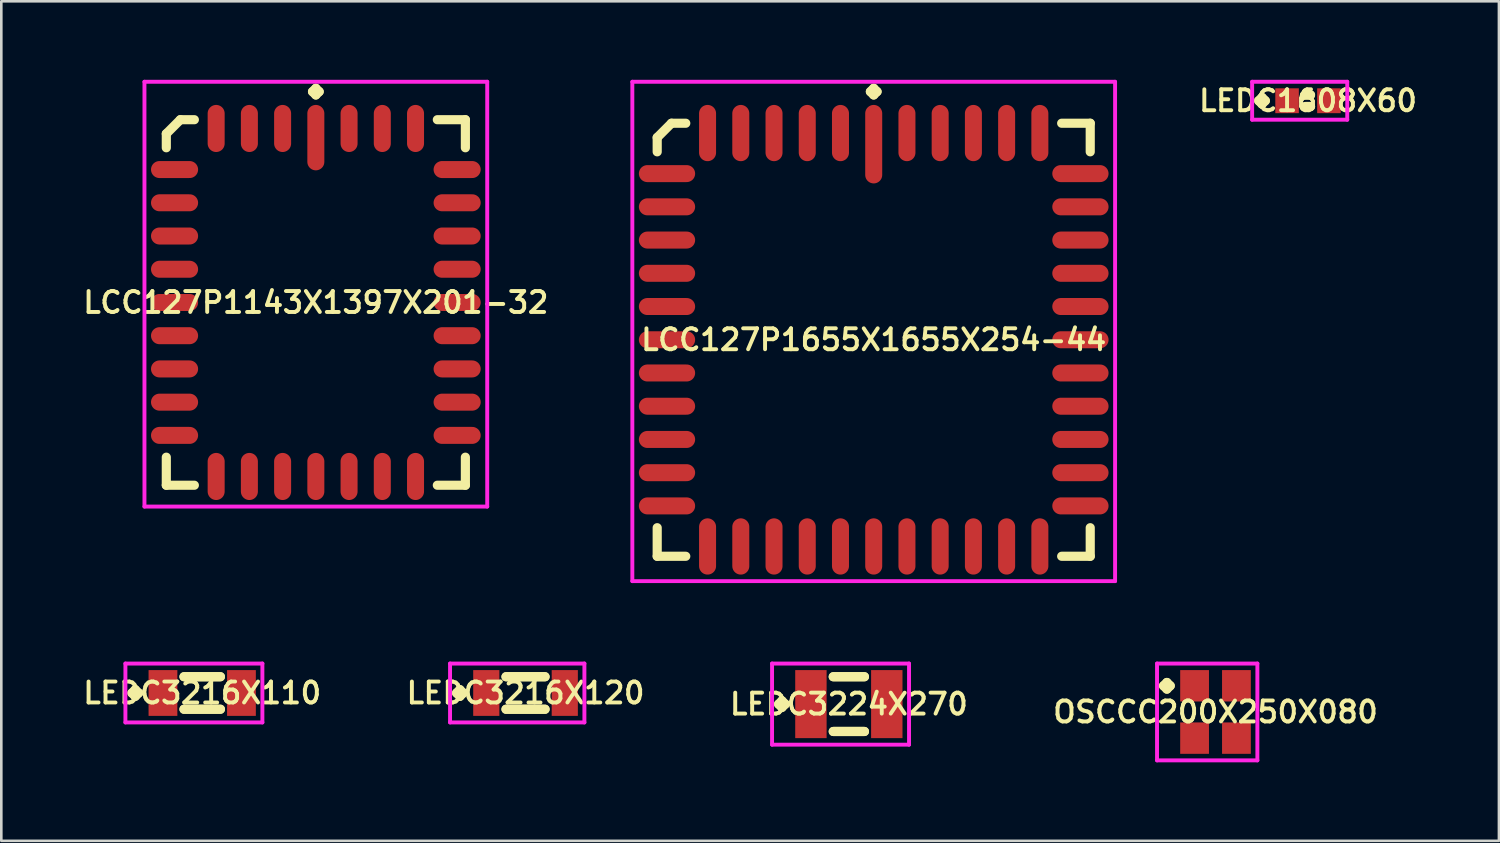
<source format=kicad_pcb>
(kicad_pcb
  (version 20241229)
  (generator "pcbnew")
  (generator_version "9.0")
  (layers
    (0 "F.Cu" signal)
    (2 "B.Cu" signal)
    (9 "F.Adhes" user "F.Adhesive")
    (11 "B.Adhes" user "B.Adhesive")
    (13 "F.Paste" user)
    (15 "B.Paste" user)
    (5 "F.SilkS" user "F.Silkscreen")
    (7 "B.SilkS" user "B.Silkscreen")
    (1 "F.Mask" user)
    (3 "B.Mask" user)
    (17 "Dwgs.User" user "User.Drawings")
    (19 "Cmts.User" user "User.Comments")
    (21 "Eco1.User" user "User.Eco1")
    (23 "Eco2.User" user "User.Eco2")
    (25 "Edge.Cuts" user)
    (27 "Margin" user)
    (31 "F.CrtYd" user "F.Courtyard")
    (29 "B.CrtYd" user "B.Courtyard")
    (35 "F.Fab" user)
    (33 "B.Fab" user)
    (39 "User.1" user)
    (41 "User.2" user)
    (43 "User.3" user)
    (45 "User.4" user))
  (footprint "LEDC3224X270"
    (layer "F.Cu")
    (at 29.392 23.86)
    (property "Reference" "LEDC3224X270" (at 0 0 0) (layer "F.SilkS") (effects (font (size 0.8 0.8) (thickness 0.15))))
    (attr smd)
    (fp_line (start -2.685 0) (end -2.558 -0.127) (stroke (width 0.35) (type solid)) (layer "F.SilkS"))
    (fp_line (start -2.558 -0.127) (end -2.431 0) (stroke (width 0.35) (type solid)) (layer "F.SilkS"))
    (fp_line (start -2.558 0.127) (end -2.685 0) (stroke (width 0.35) (type solid)) (layer "F.SilkS"))
    (fp_line (start -2.431 0) (end -2.558 0.127) (stroke (width 0.35) (type solid)) (layer "F.SilkS"))
    (fp_line (start -0.596 -1.046) (end 0.596 -1.046) (stroke (width 0.35) (type solid)) (layer "F.SilkS"))
    (fp_line (start -0.596 1.046) (end 0.596 1.046) (stroke (width 0.35) (type solid)) (layer "F.SilkS"))
    (fp_line (start 0.596 -1.046) (end -0.596 -1.046) (stroke (width 0.35) (type solid)) (layer "F.SilkS"))
    (fp_line (start 0.596 1.046) (end -0.596 1.046) (stroke (width 0.35) (type solid)) (layer "F.SilkS"))
    (fp_line (start -2.935 -1.55) (end 2.3 -1.55) (stroke (width 0.15) (type solid)) (layer "F.CrtYd"))
    (fp_line (start -2.935 1.55) (end -2.935 -1.55) (stroke (width 0.15) (type solid)) (layer "F.CrtYd"))
    (fp_line (start 2.3 -1.55) (end 2.3 1.55) (stroke (width 0.15) (type solid)) (layer "F.CrtYd"))
    (fp_line (start 2.3 1.55) (end -2.935 1.55) (stroke (width 0.15) (type solid)) (layer "F.CrtYd"))
    (pad "1" smd rect (at -1.45 0) (size 1.2 2.6) (layers "F.Cu" "F.Mask" "F.Paste"))
    (pad "2" smd rect (at 1.45 0) (size 1.2 2.6) (layers "F.Cu" "F.Mask" "F.Paste")))
  (footprint "LCC127P1655X1655X254-44"
    (layer "F.Cu")
    (at 30.342 9.935)
    (property "Reference" "LCC127P1655X1655X254-44" (at 0 0 0) (layer "F.SilkS") (effects (font (size 0.8 0.8) (thickness 0.15))))
    (attr smd)
    (fp_line (start -8.275 -7.729) (end -7.729 -8.275) (stroke (width 0.35) (type solid)) (layer "F.SilkS"))
    (fp_line (start -8.275 -7.183) (end -8.275 -7.729) (stroke (width 0.35) (type solid)) (layer "F.SilkS"))
    (fp_line (start -8.275 7.183) (end -8.275 8.275) (stroke (width 0.35) (type solid)) (layer "F.SilkS"))
    (fp_line (start -8.275 8.275) (end -7.183 8.275) (stroke (width 0.35) (type solid)) (layer "F.SilkS"))
    (fp_line (start -7.729 -8.275) (end -7.183 -8.275) (stroke (width 0.35) (type solid)) (layer "F.SilkS"))
    (fp_line (start -0.127 -9.483) (end 0 -9.61) (stroke (width 0.35) (type solid)) (layer "F.SilkS"))
    (fp_line (start 0 -9.61) (end 0.127 -9.483) (stroke (width 0.35) (type solid)) (layer "F.SilkS"))
    (fp_line (start 0 -9.356) (end -0.127 -9.483) (stroke (width 0.35) (type solid)) (layer "F.SilkS"))
    (fp_line (start 0.127 -9.483) (end 0 -9.356) (stroke (width 0.35) (type solid)) (layer "F.SilkS"))
    (fp_line (start 8.275 -8.275) (end 7.183 -8.275) (stroke (width 0.35) (type solid)) (layer "F.SilkS"))
    (fp_line (start 8.275 -7.183) (end 8.275 -8.275) (stroke (width 0.35) (type solid)) (layer "F.SilkS"))
    (fp_line (start 8.275 7.183) (end 8.275 8.275) (stroke (width 0.35) (type solid)) (layer "F.SilkS"))
    (fp_line (start 8.275 8.275) (end 7.183 8.275) (stroke (width 0.35) (type solid)) (layer "F.SilkS"))
    (fp_line (start -9.225 -9.86) (end 9.225 -9.86) (stroke (width 0.15) (type solid)) (layer "F.CrtYd"))
    (fp_line (start -9.225 9.225) (end -9.225 -9.86) (stroke (width 0.15) (type solid)) (layer "F.CrtYd"))
    (fp_line (start 9.225 -9.86) (end 9.225 9.225) (stroke (width 0.15) (type solid)) (layer "F.CrtYd"))
    (fp_line (start 9.225 9.225) (end -9.225 9.225) (stroke (width 0.15) (type solid)) (layer "F.CrtYd"))
    (pad "1" smd oval (at 0 -7.475) (size 0.65 3) (layers "F.Cu" "F.Mask" "F.Paste"))
    (pad "2" smd oval (at -1.27 -7.9) (size 0.65 2.15) (layers "F.Cu" "F.Mask" "F.Paste"))
    (pad "3" smd oval (at -2.54 -7.9) (size 0.65 2.15) (layers "F.Cu" "F.Mask" "F.Paste"))
    (pad "4" smd oval (at -3.81 -7.9) (size 0.65 2.15) (layers "F.Cu" "F.Mask" "F.Paste"))
    (pad "5" smd oval (at -5.08 -7.9) (size 0.65 2.15) (layers "F.Cu" "F.Mask" "F.Paste"))
    (pad "6" smd oval (at -6.35 -7.9) (size 0.65 2.15) (layers "F.Cu" "F.Mask" "F.Paste"))
    (pad "7" smd oval (at -7.9 -6.35) (size 2.15 0.65) (layers "F.Cu" "F.Mask" "F.Paste"))
    (pad "8" smd oval (at -7.9 -5.08) (size 2.15 0.65) (layers "F.Cu" "F.Mask" "F.Paste"))
    (pad "9" smd oval (at -7.9 -3.81) (size 2.15 0.65) (layers "F.Cu" "F.Mask" "F.Paste"))
    (pad "10" smd oval (at -7.9 -2.54) (size 2.15 0.65) (layers "F.Cu" "F.Mask" "F.Paste"))
    (pad "11" smd oval (at -7.9 -1.27) (size 2.15 0.65) (layers "F.Cu" "F.Mask" "F.Paste"))
    (pad "12" smd oval (at -7.9 0) (size 2.15 0.65) (layers "F.Cu" "F.Mask" "F.Paste"))
    (pad "13" smd oval (at -7.9 1.27) (size 2.15 0.65) (layers "F.Cu" "F.Mask" "F.Paste"))
    (pad "14" smd oval (at -7.9 2.54) (size 2.15 0.65) (layers "F.Cu" "F.Mask" "F.Paste"))
    (pad "15" smd oval (at -7.9 3.81) (size 2.15 0.65) (layers "F.Cu" "F.Mask" "F.Paste"))
    (pad "16" smd oval (at -7.9 5.08) (size 2.15 0.65) (layers "F.Cu" "F.Mask" "F.Paste"))
    (pad "17" smd oval (at -7.9 6.35) (size 2.15 0.65) (layers "F.Cu" "F.Mask" "F.Paste"))
    (pad "18" smd oval (at -6.35 7.9) (size 0.65 2.15) (layers "F.Cu" "F.Mask" "F.Paste"))
    (pad "19" smd oval (at -5.08 7.9) (size 0.65 2.15) (layers "F.Cu" "F.Mask" "F.Paste"))
    (pad "20" smd oval (at -3.81 7.9) (size 0.65 2.15) (layers "F.Cu" "F.Mask" "F.Paste"))
    (pad "21" smd oval (at -2.54 7.9) (size 0.65 2.15) (layers "F.Cu" "F.Mask" "F.Paste"))
    (pad "22" smd oval (at -1.27 7.9) (size 0.65 2.15) (layers "F.Cu" "F.Mask" "F.Paste"))
    (pad "23" smd oval (at 0 7.9) (size 0.65 2.15) (layers "F.Cu" "F.Mask" "F.Paste"))
    (pad "24" smd oval (at 1.27 7.9) (size 0.65 2.15) (layers "F.Cu" "F.Mask" "F.Paste"))
    (pad "25" smd oval (at 2.54 7.9) (size 0.65 2.15) (layers "F.Cu" "F.Mask" "F.Paste"))
    (pad "26" smd oval (at 3.81 7.9) (size 0.65 2.15) (layers "F.Cu" "F.Mask" "F.Paste"))
    (pad "27" smd oval (at 5.08 7.9) (size 0.65 2.15) (layers "F.Cu" "F.Mask" "F.Paste"))
    (pad "28" smd oval (at 6.35 7.9) (size 0.65 2.15) (layers "F.Cu" "F.Mask" "F.Paste"))
    (pad "29" smd oval (at 7.9 6.35) (size 2.15 0.65) (layers "F.Cu" "F.Mask" "F.Paste"))
    (pad "30" smd oval (at 7.9 5.08) (size 2.15 0.65) (layers "F.Cu" "F.Mask" "F.Paste"))
    (pad "31" smd oval (at 7.9 3.81) (size 2.15 0.65) (layers "F.Cu" "F.Mask" "F.Paste"))
    (pad "32" smd oval (at 7.9 2.54) (size 2.15 0.65) (layers "F.Cu" "F.Mask" "F.Paste"))
    (pad "33" smd oval (at 7.9 1.27) (size 2.15 0.65) (layers "F.Cu" "F.Mask" "F.Paste"))
    (pad "34" smd oval (at 7.9 0) (size 2.15 0.65) (layers "F.Cu" "F.Mask" "F.Paste"))
    (pad "35" smd oval (at 7.9 -1.27) (size 2.15 0.65) (layers "F.Cu" "F.Mask" "F.Paste"))
    (pad "36" smd oval (at 7.9 -2.54) (size 2.15 0.65) (layers "F.Cu" "F.Mask" "F.Paste"))
    (pad "37" smd oval (at 7.9 -3.81) (size 2.15 0.65) (layers "F.Cu" "F.Mask" "F.Paste"))
    (pad "38" smd oval (at 7.9 -5.08) (size 2.15 0.65) (layers "F.Cu" "F.Mask" "F.Paste"))
    (pad "39" smd oval (at 7.9 -6.35) (size 2.15 0.65) (layers "F.Cu" "F.Mask" "F.Paste"))
    (pad "40" smd oval (at 6.35 -7.9) (size 0.65 2.15) (layers "F.Cu" "F.Mask" "F.Paste"))
    (pad "41" smd oval (at 5.08 -7.9) (size 0.65 2.15) (layers "F.Cu" "F.Mask" "F.Paste"))
    (pad "42" smd oval (at 3.81 -7.9) (size 0.65 2.15) (layers "F.Cu" "F.Mask" "F.Paste"))
    (pad "43" smd oval (at 2.54 -7.9) (size 0.65 2.15) (layers "F.Cu" "F.Mask" "F.Paste"))
    (pad "44" smd oval (at 1.27 -7.9) (size 0.65 2.15) (layers "F.Cu" "F.Mask" "F.Paste")))
  (footprint "LEDC1608X60"
    (layer "F.Cu")
    (at 46.94 0.8)
    (property "Reference" "LEDC1608X60" (at 0 0 0) (layer "F.SilkS") (effects (font (size 0.8 0.8) (thickness 0.15))))
    (attr smd)
    (fp_line (start -1.885 0) (end -1.758 -0.127) (stroke (width 0.35) (type solid)) (layer "F.SilkS"))
    (fp_line (start -1.758 -0.127) (end -1.631 0) (stroke (width 0.35) (type solid)) (layer "F.SilkS"))
    (fp_line (start -1.758 0.127) (end -1.885 0) (stroke (width 0.35) (type solid)) (layer "F.SilkS"))
    (fp_line (start -1.631 0) (end -1.758 0.127) (stroke (width 0.35) (type solid)) (layer "F.SilkS"))
    (fp_line (start -0.096 -0.221) (end 0.096 -0.221) (stroke (width 0.35) (type solid)) (layer "F.SilkS"))
    (fp_line (start -0.096 0.221) (end 0.096 0.221) (stroke (width 0.35) (type solid)) (layer "F.SilkS"))
    (fp_line (start 0.096 -0.221) (end -0.096 -0.221) (stroke (width 0.35) (type solid)) (layer "F.SilkS"))
    (fp_line (start 0.096 0.221) (end -0.096 0.221) (stroke (width 0.35) (type solid)) (layer "F.SilkS"))
    (fp_line (start -2.135 -0.725) (end 1.5 -0.725) (stroke (width 0.15) (type solid)) (layer "F.CrtYd"))
    (fp_line (start -2.135 0.725) (end -2.135 -0.725) (stroke (width 0.15) (type solid)) (layer "F.CrtYd"))
    (fp_line (start 1.5 -0.725) (end 1.5 0.725) (stroke (width 0.15) (type solid)) (layer "F.CrtYd"))
    (fp_line (start 1.5 0.725) (end -2.135 0.725) (stroke (width 0.15) (type solid)) (layer "F.CrtYd"))
    (pad "1" smd rect (at -0.8 0) (size 0.9 0.95) (layers "F.Cu" "F.Mask" "F.Paste"))
    (pad "2" smd rect (at 0.8 0) (size 0.9 0.95) (layers "F.Cu" "F.Mask" "F.Paste")))
  (footprint "LEDC3216X110"
    (layer "F.Cu")
    (at 4.678 23.435)
    (property "Reference" "LEDC3216X110" (at 0 0 0) (layer "F.SilkS") (effects (font (size 0.8 0.8) (thickness 0.15))))
    (attr smd)
    (fp_line (start -2.685 0) (end -2.558 -0.127) (stroke (width 0.35) (type solid)) (layer "F.SilkS"))
    (fp_line (start -2.558 -0.127) (end -2.431 0) (stroke (width 0.35) (type solid)) (layer "F.SilkS"))
    (fp_line (start -2.558 0.127) (end -2.685 0) (stroke (width 0.35) (type solid)) (layer "F.SilkS"))
    (fp_line (start -2.431 0) (end -2.558 0.127) (stroke (width 0.35) (type solid)) (layer "F.SilkS"))
    (fp_line (start -0.696 -0.621) (end 0.696 -0.621) (stroke (width 0.35) (type solid)) (layer "F.SilkS"))
    (fp_line (start -0.696 0.621) (end 0.696 0.621) (stroke (width 0.35) (type solid)) (layer "F.SilkS"))
    (fp_line (start 0.696 -0.621) (end -0.696 -0.621) (stroke (width 0.35) (type solid)) (layer "F.SilkS"))
    (fp_line (start 0.696 0.621) (end -0.696 0.621) (stroke (width 0.35) (type solid)) (layer "F.SilkS"))
    (fp_line (start -2.935 -1.125) (end 2.3 -1.125) (stroke (width 0.15) (type solid)) (layer "F.CrtYd"))
    (fp_line (start -2.935 1.125) (end -2.935 -1.125) (stroke (width 0.15) (type solid)) (layer "F.CrtYd"))
    (fp_line (start 2.3 -1.125) (end 2.3 1.125) (stroke (width 0.15) (type solid)) (layer "F.CrtYd"))
    (fp_line (start 2.3 1.125) (end -2.935 1.125) (stroke (width 0.15) (type solid)) (layer "F.CrtYd"))
    (pad "1" smd rect (at -1.5 0) (size 1.1 1.75) (layers "F.Cu" "F.Mask" "F.Paste"))
    (pad "2" smd rect (at 1.5 0) (size 1.1 1.75) (layers "F.Cu" "F.Mask" "F.Paste")))
  (footprint "OSCCC200X250X080"
    (layer "F.Cu")
    (at 43.405 24.16)
    (property "Reference" "OSCCC200X250X080" (at 0 0 0) (layer "F.SilkS") (effects (font (size 0.8 0.8) (thickness 0.15))))
    (attr smd)
    (fp_line (start -1.985 -1) (end -1.858 -1.127) (stroke (width 0.35) (type solid)) (layer "F.SilkS"))
    (fp_line (start -1.858 -1.127) (end -1.731 -1) (stroke (width 0.35) (type solid)) (layer "F.SilkS"))
    (fp_line (start -1.858 -0.873) (end -1.985 -1) (stroke (width 0.35) (type solid)) (layer "F.SilkS"))
    (fp_line (start -1.731 -1) (end -1.858 -0.873) (stroke (width 0.35) (type solid)) (layer "F.SilkS"))
    (fp_line (start -2.235 -1.85) (end 1.6 -1.85) (stroke (width 0.15) (type solid)) (layer "F.CrtYd"))
    (fp_line (start -2.235 1.85) (end -2.235 -1.85) (stroke (width 0.15) (type solid)) (layer "F.CrtYd"))
    (fp_line (start 1.6 -1.85) (end 1.6 1.85) (stroke (width 0.15) (type solid)) (layer "F.CrtYd"))
    (fp_line (start 1.6 1.85) (end -2.235 1.85) (stroke (width 0.15) (type solid)) (layer "F.CrtYd"))
    (pad "1" smd rect (at -0.8 -1) (size 1.1 1.2) (layers "F.Cu" "F.Mask" "F.Paste"))
    (pad "2" smd rect (at -0.8 1) (size 1.1 1.2) (layers "F.Cu" "F.Mask" "F.Paste"))
    (pad "3" smd rect (at 0.8 1) (size 1.1 1.2) (layers "F.Cu" "F.Mask" "F.Paste"))
    (pad "4" smd rect (at 0.8 -1) (size 1.1 1.2) (layers "F.Cu" "F.Mask" "F.Paste")))
  (footprint "LEDC3216X120"
    (layer "F.Cu")
    (at 17.035 23.435)
    (property "Reference" "LEDC3216X120" (at 0 0 0) (layer "F.SilkS") (effects (font (size 0.8 0.8) (thickness 0.15))))
    (attr smd)
    (fp_line (start -2.635 0) (end -2.508 -0.127) (stroke (width 0.35) (type solid)) (layer "F.SilkS"))
    (fp_line (start -2.508 -0.127) (end -2.381 0) (stroke (width 0.35) (type solid)) (layer "F.SilkS"))
    (fp_line (start -2.508 0.127) (end -2.635 0) (stroke (width 0.35) (type solid)) (layer "F.SilkS"))
    (fp_line (start -2.381 0) (end -2.508 0.127) (stroke (width 0.35) (type solid)) (layer "F.SilkS"))
    (fp_line (start -0.746 -0.621) (end 0.746 -0.621) (stroke (width 0.35) (type solid)) (layer "F.SilkS"))
    (fp_line (start -0.746 0.621) (end 0.746 0.621) (stroke (width 0.35) (type solid)) (layer "F.SilkS"))
    (fp_line (start 0.746 -0.621) (end -0.746 -0.621) (stroke (width 0.35) (type solid)) (layer "F.SilkS"))
    (fp_line (start 0.746 0.621) (end -0.746 0.621) (stroke (width 0.35) (type solid)) (layer "F.SilkS"))
    (fp_line (start -2.885 -1.125) (end 2.25 -1.125) (stroke (width 0.15) (type solid)) (layer "F.CrtYd"))
    (fp_line (start -2.885 1.125) (end -2.885 -1.125) (stroke (width 0.15) (type solid)) (layer "F.CrtYd"))
    (fp_line (start 2.25 -1.125) (end 2.25 1.125) (stroke (width 0.15) (type solid)) (layer "F.CrtYd"))
    (fp_line (start 2.25 1.125) (end -2.885 1.125) (stroke (width 0.15) (type solid)) (layer "F.CrtYd"))
    (pad "1" smd rect (at -1.5 0) (size 1 1.75) (layers "F.Cu" "F.Mask" "F.Paste"))
    (pad "2" smd rect (at 1.5 0) (size 1 1.75) (layers "F.Cu" "F.Mask" "F.Paste")))
  (footprint "LCC127P1143X1397X201-32"
    (layer "F.Cu")
    (at 9.021 8.51)
    (property "Reference" "LCC127P1143X1397X201-32" (at 0 0 0) (layer "F.SilkS") (effects (font (size 0.8 0.8) (thickness 0.15))))
    (attr smd)
    (fp_line (start -5.715 -6.449) (end -5.179 -6.985) (stroke (width 0.35) (type solid)) (layer "F.SilkS"))
    (fp_line (start -5.715 -5.913) (end -5.715 -6.449) (stroke (width 0.35) (type solid)) (layer "F.SilkS"))
    (fp_line (start -5.715 5.913) (end -5.715 6.985) (stroke (width 0.35) (type solid)) (layer "F.SilkS"))
    (fp_line (start -5.715 6.985) (end -4.643 6.985) (stroke (width 0.35) (type solid)) (layer "F.SilkS"))
    (fp_line (start -5.179 -6.985) (end -4.643 -6.985) (stroke (width 0.35) (type solid)) (layer "F.SilkS"))
    (fp_line (start -0.127 -8.058) (end 0 -8.185) (stroke (width 0.35) (type solid)) (layer "F.SilkS"))
    (fp_line (start 0 -8.185) (end 0.127 -8.058) (stroke (width 0.35) (type solid)) (layer "F.SilkS"))
    (fp_line (start 0 -7.931) (end -0.127 -8.058) (stroke (width 0.35) (type solid)) (layer "F.SilkS"))
    (fp_line (start 0.127 -8.058) (end 0 -7.931) (stroke (width 0.35) (type solid)) (layer "F.SilkS"))
    (fp_line (start 5.715 -6.985) (end 4.643 -6.985) (stroke (width 0.35) (type solid)) (layer "F.SilkS"))
    (fp_line (start 5.715 -5.913) (end 5.715 -6.985) (stroke (width 0.35) (type solid)) (layer "F.SilkS"))
    (fp_line (start 5.715 5.913) (end 5.715 6.985) (stroke (width 0.35) (type solid)) (layer "F.SilkS"))
    (fp_line (start 5.715 6.985) (end 4.643 6.985) (stroke (width 0.35) (type solid)) (layer "F.SilkS"))
    (fp_line (start -6.55 -8.435) (end 6.55 -8.435) (stroke (width 0.15) (type solid)) (layer "F.CrtYd"))
    (fp_line (start -6.55 7.8) (end -6.55 -8.435) (stroke (width 0.15) (type solid)) (layer "F.CrtYd"))
    (fp_line (start 6.55 -8.435) (end 6.55 7.8) (stroke (width 0.15) (type solid)) (layer "F.CrtYd"))
    (fp_line (start 6.55 7.8) (end -6.55 7.8) (stroke (width 0.15) (type solid)) (layer "F.CrtYd"))
    (pad "1" smd oval (at 0 -6.3) (size 0.65 2.5) (layers "F.Cu" "F.Mask" "F.Paste"))
    (pad "2" smd oval (at -1.27 -6.65) (size 0.65 1.8) (layers "F.Cu" "F.Mask" "F.Paste"))
    (pad "3" smd oval (at -2.54 -6.65) (size 0.65 1.8) (layers "F.Cu" "F.Mask" "F.Paste"))
    (pad "4" smd oval (at -3.81 -6.65) (size 0.65 1.8) (layers "F.Cu" "F.Mask" "F.Paste"))
    (pad "5" smd oval (at -5.4 -5.08) (size 1.8 0.65) (layers "F.Cu" "F.Mask" "F.Paste"))
    (pad "6" smd oval (at -5.4 -3.81) (size 1.8 0.65) (layers "F.Cu" "F.Mask" "F.Paste"))
    (pad "7" smd oval (at -5.4 -2.54) (size 1.8 0.65) (layers "F.Cu" "F.Mask" "F.Paste"))
    (pad "8" smd oval (at -5.4 -1.27) (size 1.8 0.65) (layers "F.Cu" "F.Mask" "F.Paste"))
    (pad "9" smd oval (at -5.4 0) (size 1.8 0.65) (layers "F.Cu" "F.Mask" "F.Paste"))
    (pad "10" smd oval (at -5.4 1.27) (size 1.8 0.65) (layers "F.Cu" "F.Mask" "F.Paste"))
    (pad "11" smd oval (at -5.4 2.54) (size 1.8 0.65) (layers "F.Cu" "F.Mask" "F.Paste"))
    (pad "12" smd oval (at -5.4 3.81) (size 1.8 0.65) (layers "F.Cu" "F.Mask" "F.Paste"))
    (pad "13" smd oval (at -5.4 5.08) (size 1.8 0.65) (layers "F.Cu" "F.Mask" "F.Paste"))
    (pad "14" smd oval (at -3.81 6.65) (size 0.65 1.8) (layers "F.Cu" "F.Mask" "F.Paste"))
    (pad "15" smd oval (at -2.54 6.65) (size 0.65 1.8) (layers "F.Cu" "F.Mask" "F.Paste"))
    (pad "16" smd oval (at -1.27 6.65) (size 0.65 1.8) (layers "F.Cu" "F.Mask" "F.Paste"))
    (pad "17" smd oval (at 0 6.65) (size 0.65 1.8) (layers "F.Cu" "F.Mask" "F.Paste"))
    (pad "18" smd oval (at 1.27 6.65) (size 0.65 1.8) (layers "F.Cu" "F.Mask" "F.Paste"))
    (pad "19" smd oval (at 2.54 6.65) (size 0.65 1.8) (layers "F.Cu" "F.Mask" "F.Paste"))
    (pad "20" smd oval (at 3.81 6.65) (size 0.65 1.8) (layers "F.Cu" "F.Mask" "F.Paste"))
    (pad "21" smd oval (at 5.4 5.08) (size 1.8 0.65) (layers "F.Cu" "F.Mask" "F.Paste"))
    (pad "22" smd oval (at 5.4 3.81) (size 1.8 0.65) (layers "F.Cu" "F.Mask" "F.Paste"))
    (pad "23" smd oval (at 5.4 2.54) (size 1.8 0.65) (layers "F.Cu" "F.Mask" "F.Paste"))
    (pad "24" smd oval (at 5.4 1.27) (size 1.8 0.65) (layers "F.Cu" "F.Mask" "F.Paste"))
    (pad "25" smd oval (at 5.4 0) (size 1.8 0.65) (layers "F.Cu" "F.Mask" "F.Paste"))
    (pad "26" smd oval (at 5.4 -1.27) (size 1.8 0.65) (layers "F.Cu" "F.Mask" "F.Paste"))
    (pad "27" smd oval (at 5.4 -2.54) (size 1.8 0.65) (layers "F.Cu" "F.Mask" "F.Paste"))
    (pad "28" smd oval (at 5.4 -3.81) (size 1.8 0.65) (layers "F.Cu" "F.Mask" "F.Paste"))
    (pad "29" smd oval (at 5.4 -5.08) (size 1.8 0.65) (layers "F.Cu" "F.Mask" "F.Paste"))
    (pad "30" smd oval (at 3.81 -6.65) (size 0.65 1.8) (layers "F.Cu" "F.Mask" "F.Paste"))
    (pad "31" smd oval (at 2.54 -6.65) (size 0.65 1.8) (layers "F.Cu" "F.Mask" "F.Paste"))
    (pad "32" smd oval (at 1.27 -6.65) (size 0.65 1.8) (layers "F.Cu" "F.Mask" "F.Paste")))
  (gr_rect
    (start -3 -3)
    (end 54.237 29.085)
    (stroke (width 0.1) (type default))
    (fill no)
    (layer "Edge.Cuts")))
</source>
